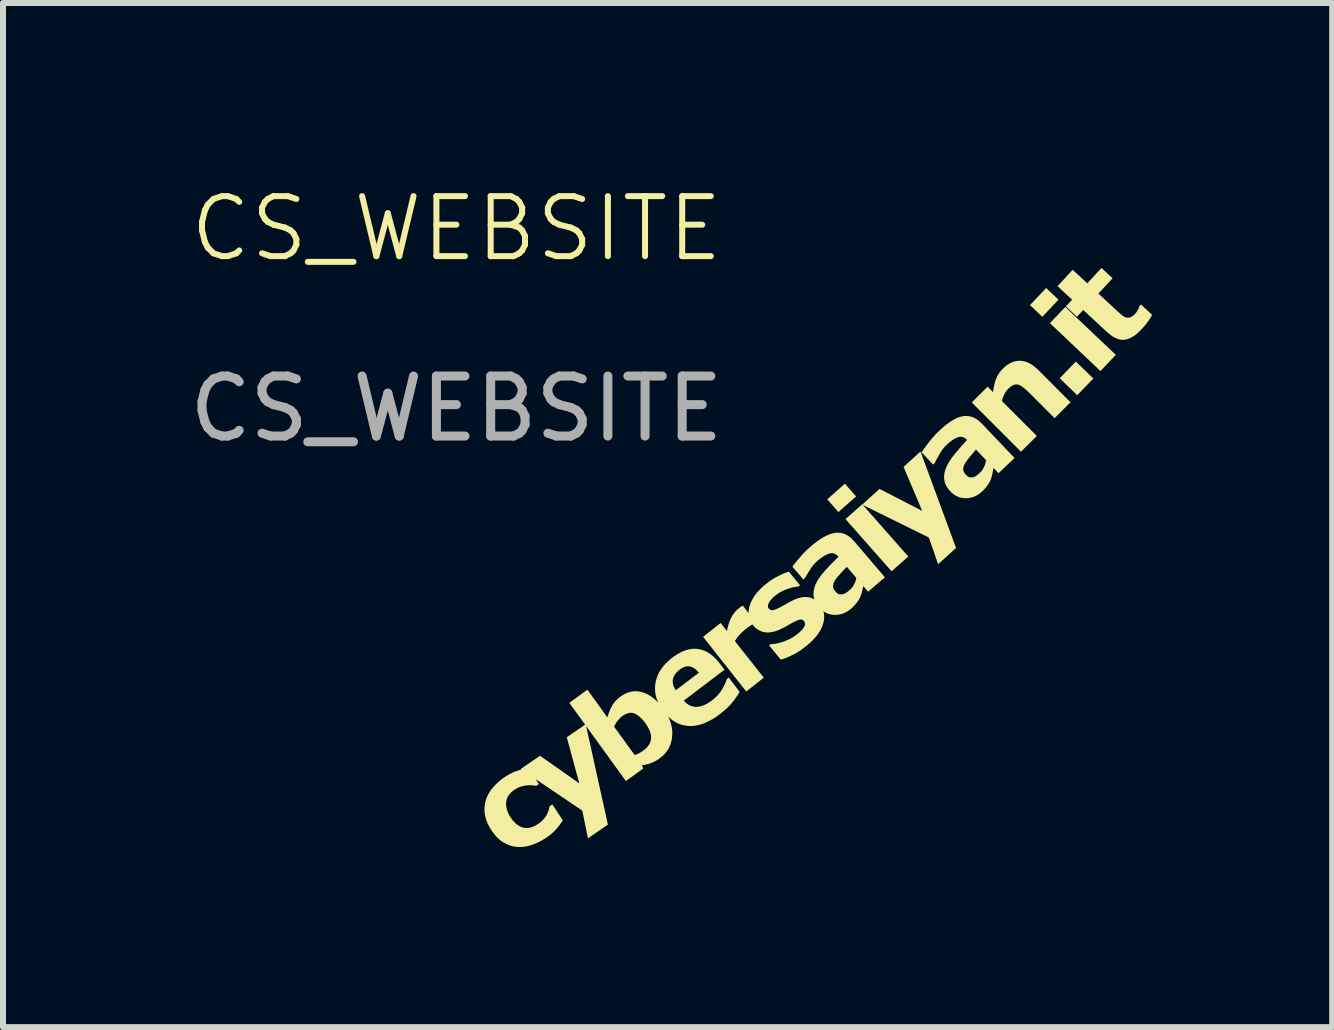
<source format=kicad_pcb>
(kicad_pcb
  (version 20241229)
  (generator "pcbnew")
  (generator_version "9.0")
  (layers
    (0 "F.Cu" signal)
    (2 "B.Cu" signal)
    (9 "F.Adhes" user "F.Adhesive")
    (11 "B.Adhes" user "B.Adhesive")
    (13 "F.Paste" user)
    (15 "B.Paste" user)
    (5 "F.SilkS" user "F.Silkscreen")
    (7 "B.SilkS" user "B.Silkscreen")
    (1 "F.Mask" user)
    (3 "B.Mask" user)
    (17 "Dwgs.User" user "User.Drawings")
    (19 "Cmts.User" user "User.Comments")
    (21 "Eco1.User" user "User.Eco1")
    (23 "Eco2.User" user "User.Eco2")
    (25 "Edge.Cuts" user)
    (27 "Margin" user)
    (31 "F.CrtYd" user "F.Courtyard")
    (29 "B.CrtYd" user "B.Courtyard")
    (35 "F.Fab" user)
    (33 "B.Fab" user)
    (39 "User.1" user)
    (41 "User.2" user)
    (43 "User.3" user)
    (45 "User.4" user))
  (footprint "CS_WEBSITE"
    (layer "F.Cu")
    (at 4.554 1.26)
    (property "Reference" "CS_WEBSITE" (at 0 -0.5 0) (unlocked yes) (layer "F.SilkS") (effects (font (size 1 1) (thickness 0.1))))
    (attr board_only exclude_from_pos_files exclude_from_bom)
    (fp_poly (pts (xy 6.659 3.961) (xy 6.365 4.221) (xy 6.178 4.009) (xy 6.472 3.749)) (stroke (width 0) (type solid)) (fill yes) (layer "F.SilkS"))
    (fp_poly (pts (xy 10.031 0.683) (xy 9.761 0.968) (xy 9.556 0.773) (xy 9.826 0.488)) (stroke (width 0) (type solid)) (fill yes) (layer "F.SilkS"))
    (fp_poly (pts (xy 10.612 1.996) (xy 10.343 2.274) (xy 10.051 1.992) (xy 10.32 1.714)) (stroke (width 0) (type solid)) (fill yes) (layer "F.SilkS"))
    (fp_poly (pts (xy 10.986 1.602) (xy 10.73 1.872) (xy 9.888 1.074) (xy 10.144 0.804)) (stroke (width 0) (type solid)) (fill yes) (layer "F.SilkS"))
    (fp_poly (pts (xy 8.324 4.819) (xy 8.026 5.09) (xy 7.87 4.645) (xy 6.771 4.103) (xy 7.529 4.962) (xy 7.25 5.208) (xy 6.482 4.338) (xy 6.761 4.092) (xy 6.763 4.095) (xy 7.049 3.835) (xy 7.76 4.202) (xy 7.45 3.469) (xy 7.732 3.212)) (stroke (width 0) (type solid)) (fill yes) (layer "F.SilkS"))
    (fp_poly (pts (xy 10.932 0.326) (xy 10.696 0.581) (xy 10.998 0.861) (xy 11.019 0.881) (xy 11.04 0.899) (xy 11.059 0.916) (xy 11.077 0.932) (xy 11.081 0.936) (xy 11.085 0.94) (xy 11.089 0.943) (xy 11.094 0.946) (xy 11.098 0.949) (xy 11.103 0.952) (xy 11.107 0.955) (xy 11.111 0.958) (xy 11.116 0.961) (xy 11.12 0.963) (xy 11.125 0.966) (xy 11.129 0.968) (xy 11.134 0.97) (xy 11.138 0.972) (xy 11.143 0.974) (xy 11.148 0.976) (xy 11.152 0.977) (xy 11.157 0.979) (xy 11.161 0.98) (xy 11.166 0.981) (xy 11.171 0.982) (xy 11.176 0.982) (xy 11.18 0.983) (xy 11.185 0.983) (xy 11.19 0.983) (xy 11.195 0.983) (xy 11.2 0.983) (xy 11.205 0.982) (xy 11.21 0.981) (xy 11.215 0.98) (xy 11.22 0.979) (xy 11.225 0.978) (xy 11.23 0.976) (xy 11.235 0.974) (xy 11.24 0.971) (xy 11.245 0.969) (xy 11.251 0.966) (xy 11.256 0.962) (xy 11.261 0.959) (xy 11.267 0.955) (xy 11.272 0.951) (xy 11.278 0.946) (xy 11.284 0.941) (xy 11.289 0.936) (xy 11.295 0.931) (xy 11.301 0.925) (xy 11.307 0.919) (xy 11.313 0.913) (xy 11.315 0.91) (xy 11.318 0.907) (xy 11.32 0.904) (xy 11.323 0.901) (xy 11.325 0.897) (xy 11.328 0.894) (xy 11.331 0.89) (xy 11.333 0.886) (xy 11.336 0.882) (xy 11.338 0.878) (xy 11.344 0.869) (xy 11.349 0.859) (xy 11.355 0.849) (xy 11.36 0.839) (xy 11.365 0.829) (xy 11.37 0.82) (xy 11.374 0.811) (xy 11.377 0.804) (xy 11.379 0.797) (xy 11.382 0.791) (xy 11.383 0.785) (xy 11.404 0.762) (xy 11.592 0.936) (xy 11.584 0.949) (xy 11.576 0.963) (xy 11.568 0.977) (xy 11.56 0.99) (xy 11.551 1.004) (xy 11.542 1.018) (xy 11.532 1.031) (xy 11.523 1.045) (xy 11.513 1.059) (xy 11.502 1.074) (xy 11.49 1.089) (xy 11.477 1.105) (xy 11.464 1.121) (xy 11.449 1.137) (xy 11.434 1.155) (xy 11.418 1.172) (xy 11.399 1.191) (xy 11.381 1.21) (xy 11.363 1.227) (xy 11.345 1.243) (xy 11.327 1.258) (xy 11.309 1.272) (xy 11.291 1.285) (xy 11.273 1.296) (xy 11.255 1.307) (xy 11.238 1.316) (xy 11.22 1.325) (xy 11.203 1.332) (xy 11.185 1.338) (xy 11.168 1.343) (xy 11.151 1.347) (xy 11.134 1.35) (xy 11.117 1.351) (xy 11.099 1.352) (xy 11.082 1.351) (xy 11.064 1.349) (xy 11.047 1.345) (xy 11.029 1.34) (xy 11.011 1.334) (xy 10.993 1.327) (xy 10.974 1.318) (xy 10.956 1.309) (xy 10.937 1.297) (xy 10.918 1.285) (xy 10.899 1.271) (xy 10.88 1.257) (xy 10.861 1.24) (xy 10.841 1.223) (xy 10.443 0.854) (xy 10.339 0.967) (xy 10.154 0.795) (xy 10.258 0.683) (xy 10.015 0.458) (xy 10.267 0.185) (xy 10.511 0.41) (xy 10.747 0.154)) (stroke (width 0) (type solid)) (fill yes) (layer "F.SilkS"))
    (fp_poly (pts (xy 9.41 1.702) (xy 9.429 1.704) (xy 9.448 1.707) (xy 9.467 1.712) (xy 9.486 1.717) (xy 9.505 1.724) (xy 9.525 1.732) (xy 9.544 1.741) (xy 9.563 1.752) (xy 9.582 1.763) (xy 9.601 1.776) (xy 9.621 1.79) (xy 9.64 1.805) (xy 9.659 1.822) (xy 9.678 1.839) (xy 9.698 1.858) (xy 10.231 2.392) (xy 9.966 2.657) (xy 9.56 2.249) (xy 9.547 2.237) (xy 9.535 2.225) (xy 9.522 2.213) (xy 9.509 2.201) (xy 9.496 2.189) (xy 9.483 2.178) (xy 9.47 2.167) (xy 9.456 2.156) (xy 9.443 2.145) (xy 9.43 2.135) (xy 9.418 2.127) (xy 9.412 2.123) (xy 9.406 2.119) (xy 9.4 2.116) (xy 9.395 2.113) (xy 9.39 2.11) (xy 9.385 2.108) (xy 9.38 2.105) (xy 9.375 2.103) (xy 9.37 2.102) (xy 9.366 2.1) (xy 9.36 2.099) (xy 9.355 2.097) (xy 9.35 2.096) (xy 9.345 2.096) (xy 9.34 2.095) (xy 9.334 2.095) (xy 9.329 2.095) (xy 9.324 2.095) (xy 9.319 2.095) (xy 9.314 2.096) (xy 9.309 2.096) (xy 9.303 2.097) (xy 9.298 2.099) (xy 9.293 2.1) (xy 9.288 2.102) (xy 9.283 2.104) (xy 9.278 2.106) (xy 9.273 2.108) (xy 9.268 2.111) (xy 9.262 2.114) (xy 9.257 2.117) (xy 9.251 2.12) (xy 9.246 2.124) (xy 9.24 2.128) (xy 9.234 2.132) (xy 9.229 2.137) (xy 9.223 2.141) (xy 9.217 2.146) (xy 9.211 2.152) (xy 9.205 2.157) (xy 9.199 2.163) (xy 9.192 2.169) (xy 9.188 2.174) (xy 9.183 2.179) (xy 9.179 2.183) (xy 9.175 2.188) (xy 9.171 2.193) (xy 9.167 2.198) (xy 9.163 2.203) (xy 9.159 2.208) (xy 9.155 2.214) (xy 9.151 2.219) (xy 9.148 2.225) (xy 9.144 2.23) (xy 9.141 2.236) (xy 9.137 2.242) (xy 9.134 2.248) (xy 9.131 2.254) (xy 9.125 2.266) (xy 9.119 2.279) (xy 9.113 2.293) (xy 9.108 2.307) (xy 9.103 2.322) (xy 9.098 2.338) (xy 9.093 2.354) (xy 9.088 2.371) (xy 9.67 2.953) (xy 9.406 3.216) (xy 8.586 2.395) (xy 8.85 2.132) (xy 8.94 2.222) (xy 8.944 2.192) (xy 8.949 2.162) (xy 8.954 2.133) (xy 8.96 2.105) (xy 8.967 2.079) (xy 8.974 2.053) (xy 8.982 2.028) (xy 8.991 2.004) (xy 8.995 1.992) (xy 9 1.981) (xy 9.006 1.969) (xy 9.011 1.958) (xy 9.017 1.947) (xy 9.024 1.935) (xy 9.03 1.924) (xy 9.037 1.914) (xy 9.045 1.903) (xy 9.052 1.892) (xy 9.06 1.882) (xy 9.069 1.871) (xy 9.077 1.861) (xy 9.087 1.851) (xy 9.096 1.841) (xy 9.106 1.831) (xy 9.122 1.815) (xy 9.139 1.8) (xy 9.156 1.786) (xy 9.173 1.773) (xy 9.191 1.761) (xy 9.208 1.75) (xy 9.226 1.741) (xy 9.243 1.732) (xy 9.261 1.724) (xy 9.279 1.718) (xy 9.298 1.712) (xy 9.316 1.708) (xy 9.334 1.705) (xy 9.353 1.702) (xy 9.372 1.701) (xy 9.391 1.701)) (stroke (width 0) (type solid)) (fill yes) (layer "F.SilkS"))
    (fp_poly (pts (xy 8.504 2.62) (xy 8.524 2.622) (xy 8.544 2.625) (xy 8.564 2.629) (xy 8.584 2.635) (xy 8.604 2.642) (xy 8.624 2.65) (xy 8.643 2.66) (xy 8.662 2.671) (xy 8.681 2.684) (xy 8.7 2.698) (xy 8.718 2.713) (xy 8.736 2.73) (xy 8.754 2.748) (xy 9.299 3.32) (xy 9.032 3.574) (xy 8.947 3.485) (xy 8.944 3.505) (xy 8.94 3.527) (xy 8.936 3.55) (xy 8.931 3.576) (xy 8.928 3.59) (xy 8.926 3.602) (xy 8.923 3.615) (xy 8.92 3.627) (xy 8.916 3.638) (xy 8.913 3.65) (xy 8.909 3.66) (xy 8.905 3.671) (xy 8.9 3.685) (xy 8.893 3.698) (xy 8.887 3.712) (xy 8.88 3.725) (xy 8.872 3.738) (xy 8.865 3.75) (xy 8.857 3.763) (xy 8.848 3.775) (xy 8.839 3.788) (xy 8.83 3.8) (xy 8.82 3.812) (xy 8.81 3.825) (xy 8.799 3.837) (xy 8.787 3.849) (xy 8.776 3.861) (xy 8.763 3.873) (xy 8.748 3.887) (xy 8.733 3.9) (xy 8.717 3.912) (xy 8.701 3.923) (xy 8.685 3.934) (xy 8.669 3.943) (xy 8.652 3.952) (xy 8.635 3.96) (xy 8.618 3.967) (xy 8.601 3.973) (xy 8.583 3.978) (xy 8.566 3.982) (xy 8.548 3.985) (xy 8.529 3.988) (xy 8.511 3.99) (xy 8.492 3.99) (xy 8.473 3.99) (xy 8.455 3.989) (xy 8.437 3.987) (xy 8.419 3.984) (xy 8.401 3.981) (xy 8.384 3.976) (xy 8.367 3.97) (xy 8.351 3.964) (xy 8.335 3.956) (xy 8.319 3.948) (xy 8.303 3.939) (xy 8.288 3.928) (xy 8.273 3.917) (xy 8.259 3.905) (xy 8.245 3.892) (xy 8.231 3.878) (xy 8.22 3.867) (xy 8.21 3.855) (xy 8.2 3.843) (xy 8.191 3.832) (xy 8.183 3.82) (xy 8.175 3.808) (xy 8.168 3.796) (xy 8.161 3.785) (xy 8.155 3.773) (xy 8.15 3.761) (xy 8.145 3.749) (xy 8.14 3.737) (xy 8.137 3.725) (xy 8.133 3.713) (xy 8.131 3.701) (xy 8.129 3.688) (xy 8.127 3.676) (xy 8.126 3.664) (xy 8.125 3.652) (xy 8.125 3.639) (xy 8.125 3.627) (xy 8.126 3.614) (xy 8.127 3.601) (xy 8.129 3.589) (xy 8.131 3.576) (xy 8.133 3.563) (xy 8.136 3.55) (xy 8.14 3.537) (xy 8.143 3.524) (xy 8.148 3.511) (xy 8.15 3.506) (xy 8.444 3.506) (xy 8.444 3.512) (xy 8.445 3.517) (xy 8.445 3.523) (xy 8.446 3.528) (xy 8.447 3.534) (xy 8.449 3.539) (xy 8.451 3.544) (xy 8.453 3.549) (xy 8.455 3.555) (xy 8.458 3.56) (xy 8.461 3.565) (xy 8.464 3.57) (xy 8.467 3.575) (xy 8.471 3.58) (xy 8.475 3.585) (xy 8.479 3.59) (xy 8.484 3.595) (xy 8.49 3.602) (xy 8.496 3.608) (xy 8.502 3.613) (xy 8.508 3.618) (xy 8.513 3.623) (xy 8.516 3.625) (xy 8.519 3.627) (xy 8.521 3.629) (xy 8.524 3.631) (xy 8.527 3.632) (xy 8.529 3.634) (xy 8.532 3.635) (xy 8.534 3.637) (xy 8.537 3.638) (xy 8.54 3.639) (xy 8.543 3.64) (xy 8.546 3.641) (xy 8.549 3.642) (xy 8.552 3.642) (xy 8.556 3.643) (xy 8.559 3.643) (xy 8.563 3.644) (xy 8.566 3.644) (xy 8.57 3.644) (xy 8.574 3.644) (xy 8.577 3.644) (xy 8.581 3.644) (xy 8.585 3.644) (xy 8.589 3.643) (xy 8.593 3.643) (xy 8.597 3.642) (xy 8.601 3.642) (xy 8.605 3.641) (xy 8.609 3.64) (xy 8.613 3.639) (xy 8.617 3.638) (xy 8.621 3.637) (xy 8.625 3.635) (xy 8.628 3.634) (xy 8.632 3.632) (xy 8.636 3.631) (xy 8.64 3.629) (xy 8.644 3.627) (xy 8.648 3.625) (xy 8.652 3.623) (xy 8.656 3.62) (xy 8.66 3.617) (xy 8.665 3.614) (xy 8.67 3.61) (xy 8.675 3.607) (xy 8.68 3.603) (xy 8.69 3.594) (xy 8.701 3.585) (xy 8.713 3.574) (xy 8.725 3.563) (xy 8.73 3.558) (xy 8.735 3.553) (xy 8.74 3.547) (xy 8.745 3.542) (xy 8.749 3.537) (xy 8.753 3.531) (xy 8.758 3.526) (xy 8.762 3.52) (xy 8.766 3.514) (xy 8.77 3.508) (xy 8.774 3.501) (xy 8.777 3.495) (xy 8.781 3.489) (xy 8.785 3.482) (xy 8.788 3.475) (xy 8.791 3.468) (xy 8.797 3.454) (xy 8.803 3.44) (xy 8.806 3.433) (xy 8.808 3.426) (xy 8.81 3.419) (xy 8.812 3.412) (xy 8.814 3.405) (xy 8.816 3.398) (xy 8.818 3.391) (xy 8.819 3.384) (xy 8.82 3.376) (xy 8.821 3.369) (xy 8.822 3.362) (xy 8.823 3.355) (xy 8.823 3.355) (xy 8.656 3.18) (xy 8.631 3.209) (xy 8.605 3.24) (xy 8.578 3.272) (xy 8.55 3.305) (xy 8.537 3.322) (xy 8.524 3.338) (xy 8.513 3.353) (xy 8.502 3.367) (xy 8.493 3.38) (xy 8.484 3.393) (xy 8.477 3.404) (xy 8.471 3.415) (xy 8.467 3.422) (xy 8.464 3.428) (xy 8.461 3.434) (xy 8.459 3.441) (xy 8.456 3.447) (xy 8.454 3.453) (xy 8.452 3.459) (xy 8.45 3.465) (xy 8.448 3.471) (xy 8.447 3.477) (xy 8.446 3.483) (xy 8.445 3.489) (xy 8.445 3.495) (xy 8.444 3.5) (xy 8.444 3.506) (xy 8.15 3.506) (xy 8.152 3.498) (xy 8.158 3.485) (xy 8.163 3.472) (xy 8.169 3.459) (xy 8.176 3.445) (xy 8.182 3.432) (xy 8.19 3.418) (xy 8.197 3.404) (xy 8.205 3.39) (xy 8.214 3.376) (xy 8.223 3.362) (xy 8.232 3.348) (xy 8.252 3.319) (xy 8.274 3.29) (xy 8.298 3.26) (xy 8.322 3.231) (xy 8.347 3.201) (xy 8.373 3.171) (xy 8.399 3.141) (xy 8.425 3.111) (xy 8.452 3.081) (xy 8.479 3.051) (xy 8.507 3.021) (xy 8.503 3.016) (xy 8.495 3.008) (xy 8.486 3) (xy 8.478 2.993) (xy 8.469 2.987) (xy 8.46 2.982) (xy 8.451 2.978) (xy 8.447 2.976) (xy 8.442 2.974) (xy 8.438 2.972) (xy 8.433 2.971) (xy 8.428 2.97) (xy 8.424 2.969) (xy 8.419 2.968) (xy 8.414 2.967) (xy 8.409 2.967) (xy 8.405 2.967) (xy 8.4 2.967) (xy 8.395 2.967) (xy 8.39 2.967) (xy 8.385 2.967) (xy 8.375 2.969) (xy 8.365 2.971) (xy 8.355 2.975) (xy 8.345 2.978) (xy 8.334 2.983) (xy 8.323 2.988) (xy 8.312 2.993) (xy 8.301 2.999) (xy 8.289 3.006) (xy 8.277 3.013) (xy 8.265 3.021) (xy 8.253 3.03) (xy 8.241 3.039) (xy 8.228 3.049) (xy 8.215 3.059) (xy 8.202 3.07) (xy 8.189 3.082) (xy 8.175 3.094) (xy 8.162 3.107) (xy 8.153 3.115) (xy 8.145 3.124) (xy 8.137 3.132) (xy 8.129 3.141) (xy 8.121 3.15) (xy 8.114 3.159) (xy 8.106 3.169) (xy 8.099 3.179) (xy 8.091 3.189) (xy 8.084 3.199) (xy 8.077 3.21) (xy 8.07 3.221) (xy 8.063 3.232) (xy 8.056 3.243) (xy 8.049 3.255) (xy 8.042 3.267) (xy 8.018 3.311) (xy 7.997 3.349) (xy 7.98 3.381) (xy 7.968 3.406) (xy 7.943 3.43) (xy 7.75 3.227) (xy 7.759 3.213) (xy 7.769 3.197) (xy 7.781 3.18) (xy 7.794 3.161) (xy 7.809 3.141) (xy 7.826 3.118) (xy 7.844 3.094) (xy 7.864 3.069) (xy 7.884 3.042) (xy 7.905 3.016) (xy 7.927 2.99) (xy 7.949 2.965) (xy 7.971 2.94) (xy 7.994 2.916) (xy 8.018 2.892) (xy 8.042 2.869) (xy 8.07 2.842) (xy 8.098 2.817) (xy 8.126 2.794) (xy 8.153 2.772) (xy 8.179 2.751) (xy 8.206 2.732) (xy 8.231 2.714) (xy 8.256 2.698) (xy 8.281 2.684) (xy 8.305 2.671) (xy 8.329 2.659) (xy 8.352 2.649) (xy 8.375 2.641) (xy 8.398 2.634) (xy 8.42 2.628) (xy 8.441 2.624) (xy 8.462 2.622) (xy 8.483 2.62)) (stroke (width 0) (type solid)) (fill yes) (layer "F.SilkS"))
    (fp_poly (pts (xy 4 6.5) (xy 4.025 6.503) (xy 4.05 6.507) (xy 4.075 6.513) (xy 4.099 6.52) (xy 4.123 6.528) (xy 4.146 6.538) (xy 4.17 6.55) (xy 4.193 6.562) (xy 4.216 6.577) (xy 4.238 6.593) (xy 4.26 6.61) (xy 4.282 6.629) (xy 4.304 6.649) (xy 4.325 6.67) (xy 4.346 6.694) (xy 4.367 6.718) (xy 4.387 6.744) (xy 4.466 6.848) (xy 3.788 7.363) (xy 3.799 7.375) (xy 3.811 7.387) (xy 3.822 7.398) (xy 3.834 7.408) (xy 3.846 7.417) (xy 3.859 7.426) (xy 3.872 7.434) (xy 3.885 7.441) (xy 3.898 7.447) (xy 3.911 7.452) (xy 3.925 7.456) (xy 3.939 7.46) (xy 3.953 7.463) (xy 3.967 7.465) (xy 3.982 7.466) (xy 3.996 7.467) (xy 4.012 7.466) (xy 4.027 7.465) (xy 4.042 7.462) (xy 4.058 7.459) (xy 4.074 7.455) (xy 4.091 7.45) (xy 4.107 7.445) (xy 4.124 7.438) (xy 4.141 7.431) (xy 4.158 7.422) (xy 4.175 7.413) (xy 4.193 7.403) (xy 4.21 7.392) (xy 4.228 7.38) (xy 4.246 7.367) (xy 4.265 7.354) (xy 4.276 7.345) (xy 4.288 7.335) (xy 4.299 7.326) (xy 4.31 7.316) (xy 4.32 7.306) (xy 4.331 7.296) (xy 4.341 7.286) (xy 4.351 7.275) (xy 4.361 7.264) (xy 4.37 7.253) (xy 4.379 7.242) (xy 4.388 7.23) (xy 4.397 7.218) (xy 4.405 7.206) (xy 4.413 7.194) (xy 4.421 7.182) (xy 4.436 7.157) (xy 4.45 7.133) (xy 4.462 7.11) (xy 4.473 7.087) (xy 4.483 7.065) (xy 4.492 7.044) (xy 4.499 7.023) (xy 4.505 7.004) (xy 4.538 6.979) (xy 4.719 7.217) (xy 4.701 7.245) (xy 4.684 7.273) (xy 4.666 7.3) (xy 4.648 7.325) (xy 4.629 7.35) (xy 4.611 7.374) (xy 4.593 7.397) (xy 4.574 7.419) (xy 4.555 7.44) (xy 4.534 7.461) (xy 4.513 7.483) (xy 4.491 7.503) (xy 4.467 7.524) (xy 4.443 7.545) (xy 4.417 7.566) (xy 4.391 7.586) (xy 4.356 7.612) (xy 4.322 7.636) (xy 4.288 7.658) (xy 4.254 7.678) (xy 4.22 7.696) (xy 4.187 7.713) (xy 4.154 7.728) (xy 4.121 7.742) (xy 4.089 7.753) (xy 4.057 7.763) (xy 4.025 7.771) (xy 3.993 7.777) (xy 3.962 7.782) (xy 3.931 7.784) (xy 3.9 7.786) (xy 3.869 7.785) (xy 3.839 7.782) (xy 3.81 7.778) (xy 3.781 7.772) (xy 3.752 7.765) (xy 3.724 7.756) (xy 3.697 7.745) (xy 3.67 7.732) (xy 3.643 7.717) (xy 3.617 7.701) (xy 3.592 7.684) (xy 3.567 7.664) (xy 3.543 7.643) (xy 3.528 7.629) (xy 3.538 7.649) (xy 3.55 7.677) (xy 3.561 7.705) (xy 3.57 7.733) (xy 3.578 7.761) (xy 3.585 7.79) (xy 3.59 7.818) (xy 3.594 7.846) (xy 3.596 7.875) (xy 3.597 7.903) (xy 3.596 7.932) (xy 3.594 7.96) (xy 3.591 7.988) (xy 3.586 8.016) (xy 3.58 8.043) (xy 3.573 8.068) (xy 3.565 8.094) (xy 3.555 8.118) (xy 3.545 8.142) (xy 3.532 8.165) (xy 3.519 8.187) (xy 3.504 8.208) (xy 3.488 8.229) (xy 3.471 8.249) (xy 3.453 8.268) (xy 3.433 8.287) (xy 3.412 8.304) (xy 3.39 8.321) (xy 3.37 8.335) (xy 3.351 8.348) (xy 3.332 8.36) (xy 3.313 8.37) (xy 3.294 8.38) (xy 3.276 8.389) (xy 3.257 8.397) (xy 3.239 8.404) (xy 3.221 8.411) (xy 3.203 8.416) (xy 3.185 8.421) (xy 3.166 8.426) (xy 3.148 8.43) (xy 3.129 8.433) (xy 3.11 8.436) (xy 3.091 8.438) (xy 3.112 8.494) (xy 2.824 8.703) (xy 2.168 7.796) (xy 2.627 7.796) (xy 2.969 8.268) (xy 2.979 8.265) (xy 2.989 8.262) (xy 2.998 8.259) (xy 3.008 8.255) (xy 3.017 8.252) (xy 3.025 8.248) (xy 3.034 8.244) (xy 3.042 8.24) (xy 3.05 8.235) (xy 3.059 8.23) (xy 3.068 8.225) (xy 3.077 8.219) (xy 3.086 8.213) (xy 3.096 8.207) (xy 3.105 8.2) (xy 3.116 8.193) (xy 3.13 8.182) (xy 3.144 8.171) (xy 3.157 8.159) (xy 3.168 8.148) (xy 3.179 8.136) (xy 3.19 8.124) (xy 3.199 8.112) (xy 3.207 8.1) (xy 3.215 8.087) (xy 3.222 8.074) (xy 3.227 8.061) (xy 3.232 8.048) (xy 3.236 8.035) (xy 3.239 8.021) (xy 3.242 8.008) (xy 3.243 7.994) (xy 3.244 7.979) (xy 3.243 7.965) (xy 3.242 7.95) (xy 3.24 7.935) (xy 3.237 7.92) (xy 3.233 7.905) (xy 3.229 7.89) (xy 3.223 7.874) (xy 3.217 7.858) (xy 3.21 7.842) (xy 3.202 7.825) (xy 3.193 7.809) (xy 3.183 7.792) (xy 3.173 7.775) (xy 3.161 7.758) (xy 3.149 7.74) (xy 3.149 7.74) (xy 3.138 7.725) (xy 3.126 7.71) (xy 3.115 7.696) (xy 3.104 7.683) (xy 3.092 7.67) (xy 3.081 7.658) (xy 3.069 7.647) (xy 3.058 7.637) (xy 3.047 7.627) (xy 3.035 7.618) (xy 3.024 7.609) (xy 3.012 7.602) (xy 3.001 7.594) (xy 2.989 7.588) (xy 2.978 7.582) (xy 2.966 7.578) (xy 2.955 7.573) (xy 2.943 7.57) (xy 2.931 7.568) (xy 2.919 7.566) (xy 2.907 7.566) (xy 2.895 7.566) (xy 2.883 7.567) (xy 2.87 7.57) (xy 2.857 7.573) (xy 2.845 7.577) (xy 2.832 7.582) (xy 2.819 7.588) (xy 2.805 7.594) (xy 2.792 7.602) (xy 2.779 7.61) (xy 2.765 7.62) (xy 2.76 7.624) (xy 2.754 7.628) (xy 2.749 7.632) (xy 2.744 7.636) (xy 2.739 7.641) (xy 2.734 7.645) (xy 2.729 7.65) (xy 2.724 7.655) (xy 2.719 7.659) (xy 2.714 7.664) (xy 2.71 7.67) (xy 2.705 7.675) (xy 2.7 7.68) (xy 2.696 7.686) (xy 2.691 7.691) (xy 2.687 7.697) (xy 2.678 7.708) (xy 2.669 7.72) (xy 2.661 7.732) (xy 2.654 7.744) (xy 2.646 7.757) (xy 2.64 7.77) (xy 2.633 7.783) (xy 2.627 7.796) (xy 2.168 7.796) (xy 2.161 7.787) (xy 2.524 9.428) (xy 2.192 9.657) (xy 2.097 9.195) (xy 1.321 8.671) (xy 1.375 8.753) (xy 1.331 8.782) (xy 1.316 8.78) (xy 1.299 8.778) (xy 1.282 8.776) (xy 1.263 8.774) (xy 1.253 8.773) (xy 1.243 8.773) (xy 1.232 8.772) (xy 1.221 8.772) (xy 1.21 8.773) (xy 1.198 8.773) (xy 1.186 8.774) (xy 1.174 8.775) (xy 1.162 8.776) (xy 1.15 8.778) (xy 1.137 8.78) (xy 1.125 8.782) (xy 1.113 8.785) (xy 1.101 8.788) (xy 1.088 8.791) (xy 1.076 8.795) (xy 1.069 8.797) (xy 1.063 8.799) (xy 1.056 8.801) (xy 1.05 8.804) (xy 1.043 8.806) (xy 1.037 8.809) (xy 1.023 8.815) (xy 1.01 8.822) (xy 0.996 8.83) (xy 0.983 8.838) (xy 0.969 8.847) (xy 0.954 8.857) (xy 0.939 8.868) (xy 0.926 8.879) (xy 0.913 8.89) (xy 0.902 8.902) (xy 0.891 8.914) (xy 0.881 8.926) (xy 0.872 8.939) (xy 0.863 8.952) (xy 0.856 8.965) (xy 0.849 8.979) (xy 0.844 8.993) (xy 0.839 9.007) (xy 0.835 9.022) (xy 0.832 9.037) (xy 0.829 9.052) (xy 0.828 9.068) (xy 0.827 9.083) (xy 0.828 9.099) (xy 0.829 9.114) (xy 0.83 9.13) (xy 0.833 9.146) (xy 0.837 9.162) (xy 0.841 9.178) (xy 0.846 9.194) (xy 0.852 9.21) (xy 0.858 9.227) (xy 0.866 9.243) (xy 0.874 9.26) (xy 0.883 9.277) (xy 0.893 9.293) (xy 0.904 9.31) (xy 0.916 9.327) (xy 0.928 9.343) (xy 0.939 9.359) (xy 0.952 9.373) (xy 0.964 9.387) (xy 0.977 9.399) (xy 0.989 9.411) (xy 1.002 9.422) (xy 1.015 9.432) (xy 1.029 9.441) (xy 1.042 9.449) (xy 1.056 9.457) (xy 1.07 9.463) (xy 1.084 9.469) (xy 1.098 9.474) (xy 1.112 9.478) (xy 1.127 9.481) (xy 1.142 9.483) (xy 1.156 9.484) (xy 1.171 9.484) (xy 1.186 9.484) (xy 1.201 9.482) (xy 1.216 9.48) (xy 1.231 9.477) (xy 1.247 9.473) (xy 1.262 9.468) (xy 1.277 9.463) (xy 1.293 9.456) (xy 1.308 9.449) (xy 1.324 9.441) (xy 1.339 9.431) (xy 1.355 9.421) (xy 1.369 9.412) (xy 1.383 9.402) (xy 1.396 9.392) (xy 1.409 9.382) (xy 1.42 9.371) (xy 1.431 9.361) (xy 1.442 9.35) (xy 1.447 9.345) (xy 1.452 9.339) (xy 1.461 9.328) (xy 1.47 9.317) (xy 1.478 9.306) (xy 1.485 9.296) (xy 1.492 9.285) (xy 1.498 9.275) (xy 1.504 9.265) (xy 1.509 9.255) (xy 1.514 9.246) (xy 1.518 9.237) (xy 1.522 9.228) (xy 1.525 9.22) (xy 1.529 9.211) (xy 1.532 9.202) (xy 1.534 9.194) (xy 1.537 9.185) (xy 1.542 9.168) (xy 1.546 9.152) (xy 1.55 9.136) (xy 1.554 9.121) (xy 1.598 9.092) (xy 1.773 9.357) (xy 1.76 9.377) (xy 1.746 9.397) (xy 1.732 9.417) (xy 1.718 9.437) (xy 1.703 9.456) (xy 1.687 9.475) (xy 1.671 9.494) (xy 1.655 9.512) (xy 1.647 9.521) (xy 1.638 9.53) (xy 1.629 9.539) (xy 1.62 9.548) (xy 1.611 9.557) (xy 1.601 9.566) (xy 1.592 9.574) (xy 1.581 9.583) (xy 1.571 9.591) (xy 1.561 9.6) (xy 1.55 9.608) (xy 1.539 9.617) (xy 1.528 9.625) (xy 1.516 9.633) (xy 1.505 9.641) (xy 1.493 9.649) (xy 1.493 9.649) (xy 1.461 9.669) (xy 1.429 9.688) (xy 1.398 9.705) (xy 1.366 9.721) (xy 1.335 9.736) (xy 1.303 9.749) (xy 1.272 9.761) (xy 1.241 9.772) (xy 1.225 9.776) (xy 1.21 9.781) (xy 1.194 9.785) (xy 1.179 9.788) (xy 1.163 9.791) (xy 1.148 9.794) (xy 1.133 9.796) (xy 1.117 9.798) (xy 1.102 9.799) (xy 1.087 9.8) (xy 1.072 9.801) (xy 1.057 9.801) (xy 1.042 9.801) (xy 1.027 9.801) (xy 1.012 9.8) (xy 0.997 9.799) (xy 0.982 9.797) (xy 0.968 9.795) (xy 0.953 9.792) (xy 0.939 9.789) (xy 0.924 9.785) (xy 0.91 9.781) (xy 0.896 9.777) (xy 0.882 9.772) (xy 0.868 9.767) (xy 0.854 9.761) (xy 0.84 9.755) (xy 0.827 9.749) (xy 0.813 9.742) (xy 0.8 9.734) (xy 0.787 9.727) (xy 0.773 9.718) (xy 0.76 9.71) (xy 0.747 9.7) (xy 0.734 9.691) (xy 0.722 9.681) (xy 0.709 9.67) (xy 0.697 9.659) (xy 0.685 9.647) (xy 0.673 9.635) (xy 0.661 9.623) (xy 0.65 9.61) (xy 0.638 9.596) (xy 0.627 9.582) (xy 0.616 9.568) (xy 0.605 9.553) (xy 0.594 9.538) (xy 0.583 9.522) (xy 0.572 9.505) (xy 0.562 9.488) (xy 0.552 9.471) (xy 0.543 9.455) (xy 0.534 9.438) (xy 0.526 9.421) (xy 0.518 9.405) (xy 0.511 9.388) (xy 0.505 9.372) (xy 0.499 9.355) (xy 0.493 9.339) (xy 0.488 9.323) (xy 0.484 9.307) (xy 0.48 9.29) (xy 0.477 9.274) (xy 0.474 9.258) (xy 0.472 9.242) (xy 0.47 9.226) (xy 0.469 9.211) (xy 0.468 9.195) (xy 0.467 9.179) (xy 0.468 9.163) (xy 0.468 9.148) (xy 0.469 9.132) (xy 0.471 9.117) (xy 0.472 9.102) (xy 0.475 9.087) (xy 0.478 9.071) (xy 0.481 9.056) (xy 0.484 9.041) (xy 0.489 9.026) (xy 0.493 9.012) (xy 0.498 8.998) (xy 0.503 8.984) (xy 0.509 8.97) (xy 0.515 8.956) (xy 0.521 8.943) (xy 0.528 8.929) (xy 0.535 8.916) (xy 0.543 8.903) (xy 0.551 8.89) (xy 0.559 8.877) (xy 0.567 8.864) (xy 0.576 8.852) (xy 0.585 8.839) (xy 0.595 8.827) (xy 0.605 8.815) (xy 0.615 8.802) (xy 0.626 8.791) (xy 0.637 8.779) (xy 0.648 8.767) (xy 0.659 8.756) (xy 0.67 8.745) (xy 0.682 8.734) (xy 0.694 8.723) (xy 0.706 8.712) (xy 0.718 8.702) (xy 0.73 8.691) (xy 0.743 8.681) (xy 0.756 8.671) (xy 0.769 8.662) (xy 0.782 8.652) (xy 0.796 8.643) (xy 0.81 8.633) (xy 0.834 8.618) (xy 0.859 8.603) (xy 0.884 8.589) (xy 0.908 8.576) (xy 0.933 8.564) (xy 0.958 8.553) (xy 0.982 8.543) (xy 1.007 8.534) (xy 1.031 8.526) (xy 1.056 8.519) (xy 1.08 8.512) (xy 1.084 8.511) (xy 1.071 8.502) (xy 1.393 8.281) (xy 2.047 8.741) (xy 1.839 7.973) (xy 2.144 7.763) (xy 1.881 7.4) (xy 2.182 7.181) (xy 2.516 7.642) (xy 2.523 7.616) (xy 2.532 7.59) (xy 2.54 7.566) (xy 2.55 7.541) (xy 2.559 7.518) (xy 2.57 7.494) (xy 2.581 7.472) (xy 2.592 7.45) (xy 2.599 7.439) (xy 2.605 7.429) (xy 2.612 7.418) (xy 2.619 7.408) (xy 2.627 7.398) (xy 2.635 7.387) (xy 2.643 7.377) (xy 2.652 7.368) (xy 2.661 7.358) (xy 2.671 7.349) (xy 2.68 7.339) (xy 2.691 7.33) (xy 2.701 7.321) (xy 2.712 7.312) (xy 2.723 7.303) (xy 2.735 7.295) (xy 2.757 7.279) (xy 2.78 7.265) (xy 2.802 7.253) (xy 2.825 7.242) (xy 2.848 7.232) (xy 2.87 7.224) (xy 2.893 7.218) (xy 2.916 7.213) (xy 2.939 7.209) (xy 2.962 7.207) (xy 2.986 7.206) (xy 3.009 7.207) (xy 3.032 7.209) (xy 3.056 7.213) (xy 3.079 7.218) (xy 3.103 7.225) (xy 3.126 7.233) (xy 3.15 7.242) (xy 3.173 7.253) (xy 3.196 7.265) (xy 3.219 7.278) (xy 3.241 7.292) (xy 3.263 7.308) (xy 3.286 7.325) (xy 3.308 7.344) (xy 3.329 7.363) (xy 3.351 7.385) (xy 3.363 7.398) (xy 3.363 7.397) (xy 3.35 7.368) (xy 3.339 7.339) (xy 3.33 7.309) (xy 3.322 7.28) (xy 3.317 7.251) (xy 3.312 7.221) (xy 3.31 7.191) (xy 3.309 7.162) (xy 3.309 7.132) (xy 3.312 7.102) (xy 3.316 7.072) (xy 3.321 7.045) (xy 3.604 7.045) (xy 3.604 7.056) (xy 3.605 7.067) (xy 3.607 7.079) (xy 3.61 7.091) (xy 3.613 7.103) (xy 3.617 7.115) (xy 3.622 7.127) (xy 3.627 7.139) (xy 3.633 7.152) (xy 3.64 7.164) (xy 3.647 7.177) (xy 3.655 7.19) (xy 4.04 6.898) (xy 4.03 6.887) (xy 4.021 6.876) (xy 4.012 6.866) (xy 4.003 6.857) (xy 3.993 6.848) (xy 3.984 6.84) (xy 3.975 6.833) (xy 3.965 6.826) (xy 3.955 6.82) (xy 3.946 6.814) (xy 3.936 6.809) (xy 3.927 6.805) (xy 3.917 6.801) (xy 3.907 6.798) (xy 3.897 6.795) (xy 3.887 6.793) (xy 3.877 6.792) (xy 3.867 6.791) (xy 3.857 6.791) (xy 3.847 6.791) (xy 3.837 6.792) (xy 3.826 6.794) (xy 3.815 6.797) (xy 3.805 6.8) (xy 3.794 6.804) (xy 3.783 6.808) (xy 3.772 6.814) (xy 3.761 6.819) (xy 3.75 6.826) (xy 3.739 6.833) (xy 3.727 6.841) (xy 3.716 6.849) (xy 3.705 6.857) (xy 3.695 6.866) (xy 3.686 6.874) (xy 3.677 6.883) (xy 3.669 6.892) (xy 3.661 6.901) (xy 3.653 6.91) (xy 3.646 6.919) (xy 3.64 6.929) (xy 3.634 6.939) (xy 3.628 6.949) (xy 3.624 6.959) (xy 3.619 6.969) (xy 3.615 6.979) (xy 3.612 6.99) (xy 3.609 7) (xy 3.606 7.011) (xy 3.605 7.022) (xy 3.604 7.033) (xy 3.604 7.045) (xy 3.321 7.045) (xy 3.321 7.042) (xy 3.329 7.013) (xy 3.338 6.984) (xy 3.348 6.955) (xy 3.36 6.927) (xy 3.374 6.899) (xy 3.389 6.872) (xy 3.406 6.845) (xy 3.425 6.819) (xy 3.445 6.793) (xy 3.466 6.767) (xy 3.49 6.742) (xy 3.515 6.717) (xy 3.541 6.693) (xy 3.569 6.669) (xy 3.599 6.646) (xy 3.627 6.625) (xy 3.655 6.606) (xy 3.683 6.589) (xy 3.71 6.573) (xy 3.738 6.558) (xy 3.765 6.545) (xy 3.792 6.534) (xy 3.818 6.524) (xy 3.845 6.516) (xy 3.871 6.51) (xy 3.897 6.505) (xy 3.923 6.501) (xy 3.949 6.499) (xy 3.975 6.499)) (stroke (width 0) (type solid)) (fill yes) (layer "F.SilkS"))
    (fp_poly (pts (xy 6.383 4.567) (xy 6.403 4.569) (xy 6.423 4.573) (xy 6.443 4.578) (xy 6.463 4.585) (xy 6.482 4.593) (xy 6.501 4.603) (xy 6.52 4.614) (xy 6.538 4.626) (xy 6.557 4.639) (xy 6.574 4.654) (xy 6.592 4.671) (xy 6.609 4.689) (xy 6.627 4.708) (xy 7.139 5.308) (xy 6.859 5.548) (xy 6.779 5.454) (xy 6.775 5.474) (xy 6.77 5.495) (xy 6.764 5.519) (xy 6.758 5.544) (xy 6.755 5.557) (xy 6.751 5.57) (xy 6.748 5.582) (xy 6.744 5.594) (xy 6.74 5.605) (xy 6.736 5.616) (xy 6.732 5.627) (xy 6.727 5.637) (xy 6.721 5.651) (xy 6.714 5.664) (xy 6.706 5.677) (xy 6.699 5.69) (xy 6.691 5.702) (xy 6.682 5.715) (xy 6.673 5.727) (xy 6.664 5.738) (xy 6.655 5.75) (xy 6.645 5.762) (xy 6.634 5.774) (xy 6.623 5.786) (xy 6.612 5.797) (xy 6.6 5.809) (xy 6.587 5.82) (xy 6.574 5.832) (xy 6.558 5.845) (xy 6.542 5.857) (xy 6.526 5.868) (xy 6.51 5.878) (xy 6.493 5.888) (xy 6.476 5.897) (xy 6.459 5.904) (xy 6.442 5.911) (xy 6.425 5.917) (xy 6.407 5.922) (xy 6.389 5.926) (xy 6.371 5.93) (xy 6.353 5.932) (xy 6.335 5.934) (xy 6.316 5.934) (xy 6.297 5.934) (xy 6.278 5.933) (xy 6.26 5.931) (xy 6.242 5.928) (xy 6.224 5.924) (xy 6.207 5.919) (xy 6.19 5.914) (xy 6.174 5.907) (xy 6.158 5.9) (xy 6.142 5.891) (xy 6.127 5.882) (xy 6.114 5.874) (xy 6.118 5.885) (xy 6.122 5.906) (xy 6.125 5.926) (xy 6.127 5.947) (xy 6.127 5.969) (xy 6.126 5.99) (xy 6.124 6.013) (xy 6.121 6.035) (xy 6.116 6.058) (xy 6.109 6.081) (xy 6.102 6.105) (xy 6.093 6.128) (xy 6.083 6.151) (xy 6.072 6.174) (xy 6.059 6.197) (xy 6.045 6.22) (xy 6.03 6.243) (xy 6.014 6.266) (xy 5.996 6.289) (xy 5.977 6.311) (xy 5.957 6.334) (xy 5.936 6.356) (xy 5.913 6.379) (xy 5.889 6.401) (xy 5.864 6.423) (xy 5.837 6.446) (xy 5.807 6.47) (xy 5.778 6.492) (xy 5.748 6.514) (xy 5.718 6.534) (xy 5.689 6.552) (xy 5.66 6.57) (xy 5.631 6.586) (xy 5.602 6.601) (xy 5.573 6.615) (xy 5.546 6.628) (xy 5.519 6.639) (xy 5.494 6.65) (xy 5.47 6.659) (xy 5.447 6.667) (xy 5.425 6.674) (xy 5.404 6.68) (xy 5.21 6.443) (xy 5.237 6.422) (xy 5.254 6.42) (xy 5.273 6.419) (xy 5.293 6.417) (xy 5.314 6.415) (xy 5.325 6.413) (xy 5.337 6.411) (xy 5.35 6.408) (xy 5.364 6.405) (xy 5.378 6.401) (xy 5.393 6.397) (xy 5.409 6.392) (xy 5.426 6.387) (xy 5.441 6.382) (xy 5.457 6.377) (xy 5.472 6.371) (xy 5.488 6.365) (xy 5.504 6.358) (xy 5.52 6.351) (xy 5.537 6.344) (xy 5.554 6.336) (xy 5.571 6.327) (xy 5.587 6.318) (xy 5.604 6.308) (xy 5.62 6.297) (xy 5.637 6.286) (xy 5.653 6.274) (xy 5.67 6.262) (xy 5.686 6.249) (xy 5.696 6.241) (xy 5.706 6.232) (xy 5.716 6.224) (xy 5.725 6.216) (xy 5.733 6.207) (xy 5.741 6.2) (xy 5.749 6.192) (xy 5.756 6.184) (xy 5.763 6.177) (xy 5.769 6.169) (xy 5.775 6.162) (xy 5.78 6.155) (xy 5.785 6.148) (xy 5.789 6.141) (xy 5.793 6.134) (xy 5.796 6.128) (xy 5.799 6.121) (xy 5.802 6.115) (xy 5.804 6.109) (xy 5.805 6.103) (xy 5.807 6.097) (xy 5.807 6.091) (xy 5.808 6.085) (xy 5.808 6.079) (xy 5.807 6.074) (xy 5.806 6.068) (xy 5.805 6.063) (xy 5.803 6.058) (xy 5.801 6.053) (xy 5.798 6.048) (xy 5.795 6.043) (xy 5.791 6.039) (xy 5.788 6.035) (xy 5.785 6.031) (xy 5.781 6.028) (xy 5.777 6.025) (xy 5.774 6.022) (xy 5.77 6.019) (xy 5.766 6.017) (xy 5.762 6.015) (xy 5.758 6.014) (xy 5.754 6.012) (xy 5.75 6.011) (xy 5.746 6.011) (xy 5.742 6.01) (xy 5.738 6.01) (xy 5.733 6.011) (xy 5.729 6.011) (xy 5.724 6.012) (xy 5.719 6.013) (xy 5.714 6.014) (xy 5.708 6.016) (xy 5.702 6.017) (xy 5.696 6.02) (xy 5.689 6.022) (xy 5.682 6.025) (xy 5.675 6.028) (xy 5.667 6.031) (xy 5.659 6.035) (xy 5.651 6.038) (xy 5.633 6.047) (xy 5.614 6.057) (xy 5.604 6.062) (xy 5.594 6.067) (xy 5.582 6.074) (xy 5.57 6.08) (xy 5.557 6.088) (xy 5.544 6.096) (xy 5.514 6.113) (xy 5.499 6.122) (xy 5.484 6.13) (xy 5.469 6.138) (xy 5.455 6.146) (xy 5.44 6.153) (xy 5.426 6.16) (xy 5.412 6.167) (xy 5.398 6.173) (xy 5.38 6.182) (xy 5.362 6.189) (xy 5.344 6.196) (xy 5.326 6.202) (xy 5.309 6.208) (xy 5.292 6.212) (xy 5.275 6.216) (xy 5.258 6.22) (xy 5.242 6.223) (xy 5.226 6.225) (xy 5.21 6.226) (xy 5.195 6.227) (xy 5.18 6.227) (xy 5.165 6.226) (xy 5.15 6.225) (xy 5.135 6.223) (xy 5.121 6.22) (xy 5.107 6.217) (xy 5.094 6.213) (xy 5.08 6.208) (xy 5.067 6.203) (xy 5.054 6.197) (xy 5.041 6.19) (xy 5.029 6.183) (xy 5.017 6.175) (xy 5.005 6.167) (xy 4.993 6.158) (xy 4.981 6.148) (xy 4.97 6.138) (xy 4.959 6.127) (xy 4.949 6.115) (xy 4.938 6.103) (xy 4.931 6.093) (xy 4.926 6.096) (xy 4.917 6.102) (xy 4.907 6.108) (xy 4.896 6.115) (xy 4.875 6.129) (xy 4.856 6.142) (xy 4.847 6.149) (xy 4.839 6.155) (xy 4.832 6.161) (xy 4.824 6.166) (xy 4.809 6.178) (xy 4.795 6.191) (xy 4.781 6.203) (xy 4.767 6.215) (xy 4.755 6.226) (xy 4.743 6.238) (xy 4.731 6.25) (xy 4.721 6.261) (xy 4.71 6.273) (xy 4.7 6.285) (xy 4.69 6.298) (xy 4.679 6.312) (xy 4.669 6.325) (xy 4.659 6.34) (xy 4.649 6.355) (xy 4.639 6.37) (xy 5.121 6.98) (xy 4.829 7.211) (xy 4.11 6.3) (xy 4.402 6.069) (xy 4.507 6.203) (xy 4.515 6.165) (xy 4.524 6.128) (xy 4.533 6.095) (xy 4.543 6.063) (xy 4.554 6.034) (xy 4.565 6.007) (xy 4.571 5.995) (xy 4.577 5.983) (xy 4.583 5.972) (xy 4.589 5.961) (xy 4.595 5.951) (xy 4.601 5.941) (xy 4.608 5.931) (xy 4.614 5.921) (xy 4.621 5.912) (xy 4.627 5.903) (xy 4.634 5.895) (xy 4.641 5.886) (xy 4.648 5.878) (xy 4.655 5.87) (xy 4.662 5.863) (xy 4.669 5.856) (xy 4.676 5.849) (xy 4.684 5.842) (xy 4.691 5.836) (xy 4.698 5.83) (xy 4.706 5.824) (xy 4.715 5.817) (xy 4.724 5.81) (xy 4.734 5.803) (xy 4.744 5.796) (xy 4.753 5.79) (xy 4.762 5.784) (xy 4.77 5.779) (xy 4.867 5.902) (xy 4.867 5.898) (xy 4.868 5.877) (xy 4.87 5.855) (xy 4.874 5.833) (xy 4.878 5.81) (xy 4.884 5.787) (xy 4.892 5.764) (xy 4.9 5.741) (xy 4.91 5.718) (xy 4.921 5.695) (xy 4.933 5.672) (xy 4.946 5.649) (xy 4.961 5.626) (xy 4.977 5.603) (xy 4.994 5.581) (xy 5.013 5.558) (xy 5.032 5.536) (xy 5.053 5.514) (xy 5.075 5.492) (xy 5.099 5.47) (xy 5.124 5.448) (xy 5.15 5.426) (xy 5.175 5.406) (xy 5.2 5.386) (xy 5.226 5.368) (xy 5.252 5.35) (xy 5.279 5.334) (xy 5.305 5.318) (xy 5.332 5.303) (xy 5.359 5.289) (xy 5.386 5.276) (xy 5.412 5.263) (xy 5.436 5.252) (xy 5.459 5.242) (xy 5.481 5.233) (xy 5.502 5.226) (xy 5.521 5.219) (xy 5.539 5.214) (xy 5.725 5.441) (xy 5.701 5.461) (xy 5.676 5.464) (xy 5.65 5.467) (xy 5.625 5.472) (xy 5.599 5.477) (xy 5.574 5.484) (xy 5.548 5.492) (xy 5.522 5.5) (xy 5.496 5.51) (xy 5.483 5.515) (xy 5.47 5.52) (xy 5.458 5.525) (xy 5.445 5.531) (xy 5.433 5.537) (xy 5.42 5.543) (xy 5.408 5.549) (xy 5.397 5.556) (xy 5.385 5.563) (xy 5.373 5.57) (xy 5.362 5.577) (xy 5.351 5.585) (xy 5.34 5.593) (xy 5.329 5.601) (xy 5.318 5.609) (xy 5.308 5.617) (xy 5.299 5.624) (xy 5.291 5.631) (xy 5.283 5.639) (xy 5.275 5.646) (xy 5.268 5.653) (xy 5.261 5.66) (xy 5.254 5.667) (xy 5.247 5.675) (xy 5.241 5.682) (xy 5.235 5.689) (xy 5.229 5.696) (xy 5.224 5.704) (xy 5.219 5.711) (xy 5.214 5.718) (xy 5.21 5.725) (xy 5.206 5.733) (xy 5.202 5.74) (xy 5.199 5.747) (xy 5.196 5.754) (xy 5.194 5.76) (xy 5.192 5.767) (xy 5.191 5.773) (xy 5.19 5.779) (xy 5.189 5.785) (xy 5.189 5.791) (xy 5.19 5.796) (xy 5.191 5.801) (xy 5.192 5.807) (xy 5.194 5.812) (xy 5.197 5.817) (xy 5.2 5.821) (xy 5.203 5.826) (xy 5.206 5.83) (xy 5.21 5.833) (xy 5.213 5.837) (xy 5.217 5.84) (xy 5.22 5.842) (xy 5.224 5.845) (xy 5.228 5.847) (xy 5.231 5.849) (xy 5.235 5.851) (xy 5.239 5.853) (xy 5.243 5.854) (xy 5.247 5.855) (xy 5.252 5.856) (xy 5.256 5.856) (xy 5.26 5.857) (xy 5.264 5.857) (xy 5.269 5.856) (xy 5.274 5.856) (xy 5.28 5.855) (xy 5.286 5.853) (xy 5.292 5.852) (xy 5.299 5.849) (xy 5.307 5.847) (xy 5.314 5.844) (xy 5.323 5.841) (xy 5.331 5.837) (xy 5.341 5.833) (xy 5.35 5.829) (xy 5.36 5.824) (xy 5.371 5.819) (xy 5.394 5.807) (xy 5.42 5.793) (xy 5.446 5.779) (xy 5.474 5.763) (xy 5.502 5.748) (xy 5.517 5.739) (xy 5.531 5.731) (xy 5.546 5.723) (xy 5.561 5.715) (xy 5.576 5.707) (xy 5.591 5.699) (xy 5.606 5.692) (xy 5.622 5.685) (xy 5.639 5.677) (xy 5.656 5.67) (xy 5.672 5.664) (xy 5.689 5.658) (xy 5.705 5.653) (xy 5.721 5.649) (xy 5.736 5.645) (xy 5.752 5.642) (xy 5.767 5.639) (xy 5.782 5.638) (xy 5.797 5.637) (xy 5.811 5.636) (xy 5.825 5.636) (xy 5.839 5.637) (xy 5.853 5.639) (xy 5.866 5.641) (xy 5.879 5.643) (xy 5.892 5.646) (xy 5.905 5.65) (xy 5.918 5.655) (xy 5.93 5.66) (xy 5.942 5.665) (xy 5.954 5.672) (xy 5.965 5.678) (xy 5.964 5.674) (xy 5.96 5.662) (xy 5.957 5.65) (xy 5.954 5.637) (xy 5.952 5.625) (xy 5.951 5.613) (xy 5.95 5.601) (xy 5.949 5.588) (xy 5.949 5.576) (xy 5.95 5.563) (xy 5.951 5.551) (xy 5.952 5.538) (xy 5.954 5.526) (xy 5.956 5.513) (xy 5.959 5.501) (xy 5.962 5.488) (xy 5.966 5.475) (xy 5.97 5.463) (xy 5.973 5.454) (xy 6.275 5.454) (xy 6.275 5.459) (xy 6.276 5.465) (xy 6.276 5.47) (xy 6.277 5.475) (xy 6.279 5.481) (xy 6.28 5.486) (xy 6.282 5.492) (xy 6.284 5.497) (xy 6.286 5.502) (xy 6.289 5.508) (xy 6.292 5.513) (xy 6.295 5.518) (xy 6.298 5.523) (xy 6.302 5.529) (xy 6.306 5.534) (xy 6.31 5.539) (xy 6.316 5.546) (xy 6.322 5.552) (xy 6.328 5.558) (xy 6.333 5.563) (xy 6.338 5.568) (xy 6.341 5.57) (xy 6.343 5.572) (xy 6.346 5.574) (xy 6.349 5.576) (xy 6.351 5.578) (xy 6.353 5.58) (xy 6.356 5.582) (xy 6.359 5.583) (xy 6.361 5.584) (xy 6.364 5.586) (xy 6.367 5.587) (xy 6.37 5.588) (xy 6.373 5.589) (xy 6.376 5.59) (xy 6.379 5.591) (xy 6.383 5.591) (xy 6.386 5.592) (xy 6.39 5.592) (xy 6.394 5.592) (xy 6.397 5.593) (xy 6.401 5.593) (xy 6.405 5.593) (xy 6.409 5.593) (xy 6.413 5.593) (xy 6.417 5.592) (xy 6.421 5.592) (xy 6.425 5.592) (xy 6.429 5.591) (xy 6.433 5.59) (xy 6.437 5.59) (xy 6.441 5.589) (xy 6.445 5.588) (xy 6.449 5.587) (xy 6.453 5.585) (xy 6.457 5.584) (xy 6.461 5.583) (xy 6.465 5.581) (xy 6.469 5.579) (xy 6.473 5.578) (xy 6.477 5.575) (xy 6.481 5.573) (xy 6.486 5.57) (xy 6.49 5.567) (xy 6.495 5.564) (xy 6.5 5.561) (xy 6.505 5.557) (xy 6.516 5.549) (xy 6.528 5.54) (xy 6.54 5.53) (xy 6.553 5.519) (xy 6.558 5.515) (xy 6.564 5.51) (xy 6.569 5.505) (xy 6.574 5.5) (xy 6.578 5.495) (xy 6.583 5.49) (xy 6.588 5.484) (xy 6.592 5.479) (xy 6.597 5.473) (xy 6.601 5.467) (xy 6.605 5.461) (xy 6.609 5.455) (xy 6.613 5.449) (xy 6.617 5.442) (xy 6.62 5.436) (xy 6.624 5.429) (xy 6.628 5.422) (xy 6.631 5.415) (xy 6.634 5.408) (xy 6.637 5.401) (xy 6.64 5.394) (xy 6.643 5.388) (xy 6.646 5.381) (xy 6.648 5.374) (xy 6.651 5.367) (xy 6.653 5.36) (xy 6.655 5.353) (xy 6.656 5.346) (xy 6.658 5.339) (xy 6.66 5.332) (xy 6.661 5.325) (xy 6.662 5.318) (xy 6.662 5.318) (xy 6.505 5.134) (xy 6.478 5.161) (xy 6.45 5.19) (xy 6.422 5.221) (xy 6.392 5.253) (xy 6.378 5.269) (xy 6.364 5.284) (xy 6.352 5.298) (xy 6.341 5.312) (xy 6.331 5.325) (xy 6.322 5.337) (xy 6.314 5.348) (xy 6.307 5.359) (xy 6.303 5.365) (xy 6.3 5.371) (xy 6.296 5.377) (xy 6.293 5.383) (xy 6.291 5.389) (xy 6.288 5.395) (xy 6.286 5.401) (xy 6.284 5.407) (xy 6.282 5.413) (xy 6.28 5.419) (xy 6.279 5.425) (xy 6.278 5.431) (xy 6.277 5.436) (xy 6.276 5.442) (xy 6.276 5.448) (xy 6.275 5.454) (xy 5.973 5.454) (xy 5.974 5.45) (xy 5.979 5.437) (xy 5.985 5.424) (xy 5.991 5.411) (xy 5.997 5.399) (xy 6.004 5.386) (xy 6.011 5.373) (xy 6.018 5.359) (xy 6.026 5.346) (xy 6.035 5.333) (xy 6.044 5.319) (xy 6.053 5.306) (xy 6.063 5.292) (xy 6.073 5.279) (xy 6.083 5.265) (xy 6.094 5.251) (xy 6.118 5.223) (xy 6.143 5.195) (xy 6.169 5.166) (xy 6.195 5.138) (xy 6.222 5.109) (xy 6.25 5.08) (xy 6.278 5.052) (xy 6.307 5.023) (xy 6.336 4.995) (xy 6.365 4.967) (xy 6.361 4.962) (xy 6.353 4.953) (xy 6.345 4.945) (xy 6.337 4.938) (xy 6.328 4.931) (xy 6.32 4.926) (xy 6.316 4.923) (xy 6.311 4.921) (xy 6.307 4.918) (xy 6.302 4.916) (xy 6.298 4.915) (xy 6.293 4.913) (xy 6.289 4.911) (xy 6.284 4.91) (xy 6.28 4.909) (xy 6.275 4.908) (xy 6.27 4.908) (xy 6.265 4.907) (xy 6.261 4.907) (xy 6.256 4.907) (xy 6.251 4.907) (xy 6.246 4.907) (xy 6.241 4.907) (xy 6.236 4.908) (xy 6.226 4.91) (xy 6.215 4.912) (xy 6.205 4.915) (xy 6.194 4.919) (xy 6.183 4.923) (xy 6.171 4.928) (xy 6.16 4.934) (xy 6.148 4.94) (xy 6.136 4.947) (xy 6.123 4.954) (xy 6.111 4.962) (xy 6.098 4.971) (xy 6.085 4.98) (xy 6.071 4.989) (xy 6.058 5) (xy 6.044 5.011) (xy 6.03 5.022) (xy 6.015 5.034) (xy 6.006 5.042) (xy 5.998 5.05) (xy 5.989 5.058) (xy 5.981 5.066) (xy 5.973 5.075) (xy 5.964 5.084) (xy 5.956 5.093) (xy 5.948 5.102) (xy 5.94 5.112) (xy 5.932 5.122) (xy 5.925 5.132) (xy 5.917 5.143) (xy 5.909 5.153) (xy 5.902 5.164) (xy 5.895 5.176) (xy 5.887 5.187) (xy 5.86 5.23) (xy 5.838 5.267) (xy 5.819 5.298) (xy 5.806 5.322) (xy 5.78 5.344) (xy 5.598 5.131) (xy 5.607 5.118) (xy 5.618 5.103) (xy 5.631 5.087) (xy 5.646 5.068) (xy 5.662 5.049) (xy 5.679 5.027) (xy 5.699 5.004) (xy 5.72 4.98) (xy 5.742 4.954) (xy 5.764 4.929) (xy 5.787 4.905) (xy 5.81 4.881) (xy 5.834 4.857) (xy 5.858 4.834) (xy 5.883 4.812) (xy 5.908 4.79) (xy 5.938 4.765) (xy 5.967 4.741) (xy 5.996 4.719) (xy 6.024 4.699) (xy 6.052 4.68) (xy 6.079 4.662) (xy 6.106 4.646) (xy 6.132 4.631) (xy 6.157 4.618) (xy 6.182 4.606) (xy 6.207 4.596) (xy 6.23 4.587) (xy 6.254 4.58) (xy 6.276 4.574) (xy 6.299 4.57) (xy 6.32 4.567) (xy 6.341 4.566) (xy 6.362 4.565)) (stroke (width 0) (type solid)) (fill yes) (layer "F.SilkS"))
    (fp_text user "${REFERENCE}" (at 0 2.5 0) (unlocked yes) (layer "F.Fab") (effects (font (size 1 1) (thickness 0.15)))))
  (gr_rect
    (start -3 -3)
    (end 19.145 14.062)
    (stroke (width 0.1) (type default))
    (fill no)
    (layer "Edge.Cuts")))
</source>
